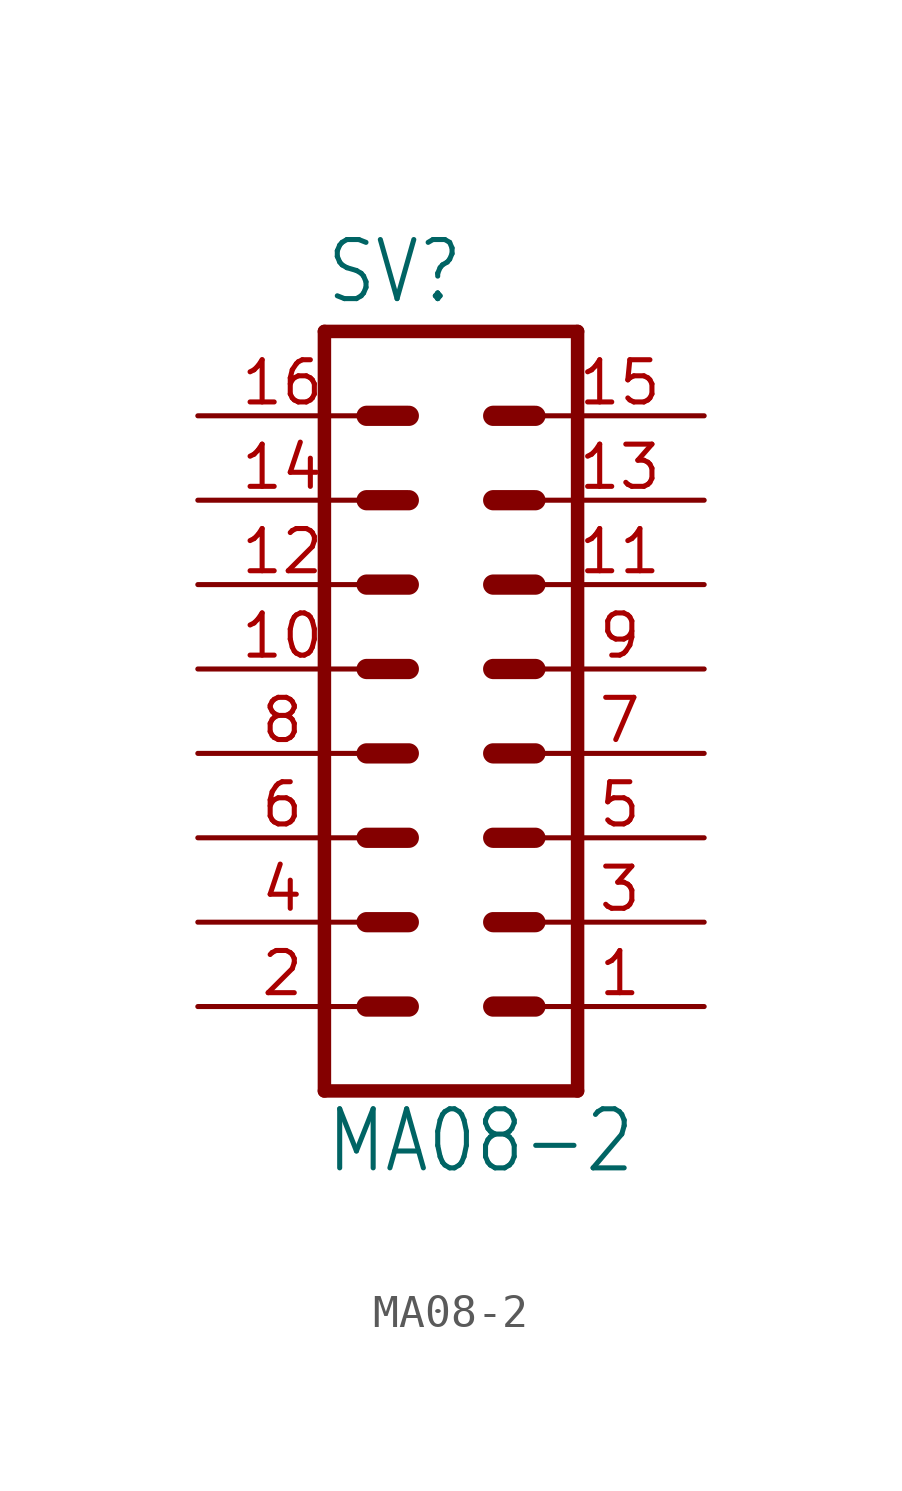
<source format=kicad_sym>
(kicad_symbol_lib
  (version 20211014)
  (generator kicad_symbol_editor)
  (symbol "MA08-2"
    (property "Reference" "SV"
      (at -3.81 13.462 0)
      (effects (font (size 1.778 1.511)) (justify left bottom)))
    (property "Value" "MA08-2"
      (at -3.81 -12.7 0)
      (effects (font (size 1.778 1.511)) (justify left bottom)))
    (property "ki_locked" ""
      (at 0 0 0)
      (effects (font (size 1.27 1.27))))
    (symbol "MA08-2_1_0"
      (polyline (pts (xy -3.81 12.7) (xy -3.81 -10.16)) (stroke (width 0.406) (type default) (color 0 0 0 0)) (fill (type none)))
      (polyline (pts (xy -3.81 12.7) (xy 3.81 12.7)) (stroke (width 0.406) (type default) (color 0 0 0 0)) (fill (type none)))
      (polyline (pts (xy -2.54 -7.62) (xy -1.27 -7.62)) (stroke (width 0.61) (type default) (color 0 0 0 0)) (fill (type none)))
      (polyline (pts (xy -2.54 -5.08) (xy -1.27 -5.08)) (stroke (width 0.61) (type default) (color 0 0 0 0)) (fill (type none)))
      (polyline (pts (xy -2.54 -2.54) (xy -1.27 -2.54)) (stroke (width 0.61) (type default) (color 0 0 0 0)) (fill (type none)))
      (polyline (pts (xy -2.54 0) (xy -1.27 0)) (stroke (width 0.61) (type default) (color 0 0 0 0)) (fill (type none)))
      (polyline (pts (xy -2.54 2.54) (xy -1.27 2.54)) (stroke (width 0.61) (type default) (color 0 0 0 0)) (fill (type none)))
      (polyline (pts (xy -2.54 5.08) (xy -1.27 5.08)) (stroke (width 0.61) (type default) (color 0 0 0 0)) (fill (type none)))
      (polyline (pts (xy -2.54 7.62) (xy -1.27 7.62)) (stroke (width 0.61) (type default) (color 0 0 0 0)) (fill (type none)))
      (polyline (pts (xy -2.54 10.16) (xy -1.27 10.16)) (stroke (width 0.61) (type default) (color 0 0 0 0)) (fill (type none)))
      (polyline (pts (xy 1.27 -7.62) (xy 2.54 -7.62)) (stroke (width 0.61) (type default) (color 0 0 0 0)) (fill (type none)))
      (polyline (pts (xy 1.27 -5.08) (xy 2.54 -5.08)) (stroke (width 0.61) (type default) (color 0 0 0 0)) (fill (type none)))
      (polyline (pts (xy 1.27 -2.54) (xy 2.54 -2.54)) (stroke (width 0.61) (type default) (color 0 0 0 0)) (fill (type none)))
      (polyline (pts (xy 1.27 0) (xy 2.54 0)) (stroke (width 0.61) (type default) (color 0 0 0 0)) (fill (type none)))
      (polyline (pts (xy 1.27 2.54) (xy 2.54 2.54)) (stroke (width 0.61) (type default) (color 0 0 0 0)) (fill (type none)))
      (polyline (pts (xy 1.27 5.08) (xy 2.54 5.08)) (stroke (width 0.61) (type default) (color 0 0 0 0)) (fill (type none)))
      (polyline (pts (xy 1.27 7.62) (xy 2.54 7.62)) (stroke (width 0.61) (type default) (color 0 0 0 0)) (fill (type none)))
      (polyline (pts (xy 1.27 10.16) (xy 2.54 10.16)) (stroke (width 0.61) (type default) (color 0 0 0 0)) (fill (type none)))
      (polyline (pts (xy 3.81 -10.16) (xy -3.81 -10.16)) (stroke (width 0.406) (type default) (color 0 0 0 0)) (fill (type none)))
      (polyline (pts (xy 3.81 -10.16) (xy 3.81 12.7)) (stroke (width 0.406) (type default) (color 0 0 0 0)) (fill (type none)))
      (pin passive line (at 7.62 -7.62 180) (length 5.08) (name "1" (effects (font (size 0 0)))) (number "1" (effects (font (size 1.27 1.27)))))
      (pin passive line (at -7.62 2.54 0) (length 5.08) (name "10" (effects (font (size 0 0)))) (number "10" (effects (font (size 1.27 1.27)))))
      (pin passive line (at 7.62 5.08 180) (length 5.08) (name "11" (effects (font (size 0 0)))) (number "11" (effects (font (size 1.27 1.27)))))
      (pin passive line (at -7.62 5.08 0) (length 5.08) (name "12" (effects (font (size 0 0)))) (number "12" (effects (font (size 1.27 1.27)))))
      (pin passive line (at 7.62 7.62 180) (length 5.08) (name "13" (effects (font (size 0 0)))) (number "13" (effects (font (size 1.27 1.27)))))
      (pin passive line (at -7.62 7.62 0) (length 5.08) (name "14" (effects (font (size 0 0)))) (number "14" (effects (font (size 1.27 1.27)))))
      (pin passive line (at 7.62 10.16 180) (length 5.08) (name "15" (effects (font (size 0 0)))) (number "15" (effects (font (size 1.27 1.27)))))
      (pin passive line (at -7.62 10.16 0) (length 5.08) (name "16" (effects (font (size 0 0)))) (number "16" (effects (font (size 1.27 1.27)))))
      (pin passive line (at -7.62 -7.62 0) (length 5.08) (name "2" (effects (font (size 0 0)))) (number "2" (effects (font (size 1.27 1.27)))))
      (pin passive line (at 7.62 -5.08 180) (length 5.08) (name "3" (effects (font (size 0 0)))) (number "3" (effects (font (size 1.27 1.27)))))
      (pin passive line (at -7.62 -5.08 0) (length 5.08) (name "4" (effects (font (size 0 0)))) (number "4" (effects (font (size 1.27 1.27)))))
      (pin passive line (at 7.62 -2.54 180) (length 5.08) (name "5" (effects (font (size 0 0)))) (number "5" (effects (font (size 1.27 1.27)))))
      (pin passive line (at -7.62 -2.54 0) (length 5.08) (name "6" (effects (font (size 0 0)))) (number "6" (effects (font (size 1.27 1.27)))))
      (pin passive line (at 7.62 0 180) (length 5.08) (name "7" (effects (font (size 0 0)))) (number "7" (effects (font (size 1.27 1.27)))))
      (pin passive line (at -7.62 0 0) (length 5.08) (name "8" (effects (font (size 0 0)))) (number "8" (effects (font (size 1.27 1.27)))))
      (pin passive line (at 7.62 2.54 180) (length 5.08) (name "9" (effects (font (size 0 0)))) (number "9" (effects (font (size 1.27 1.27))))))))
</source>
